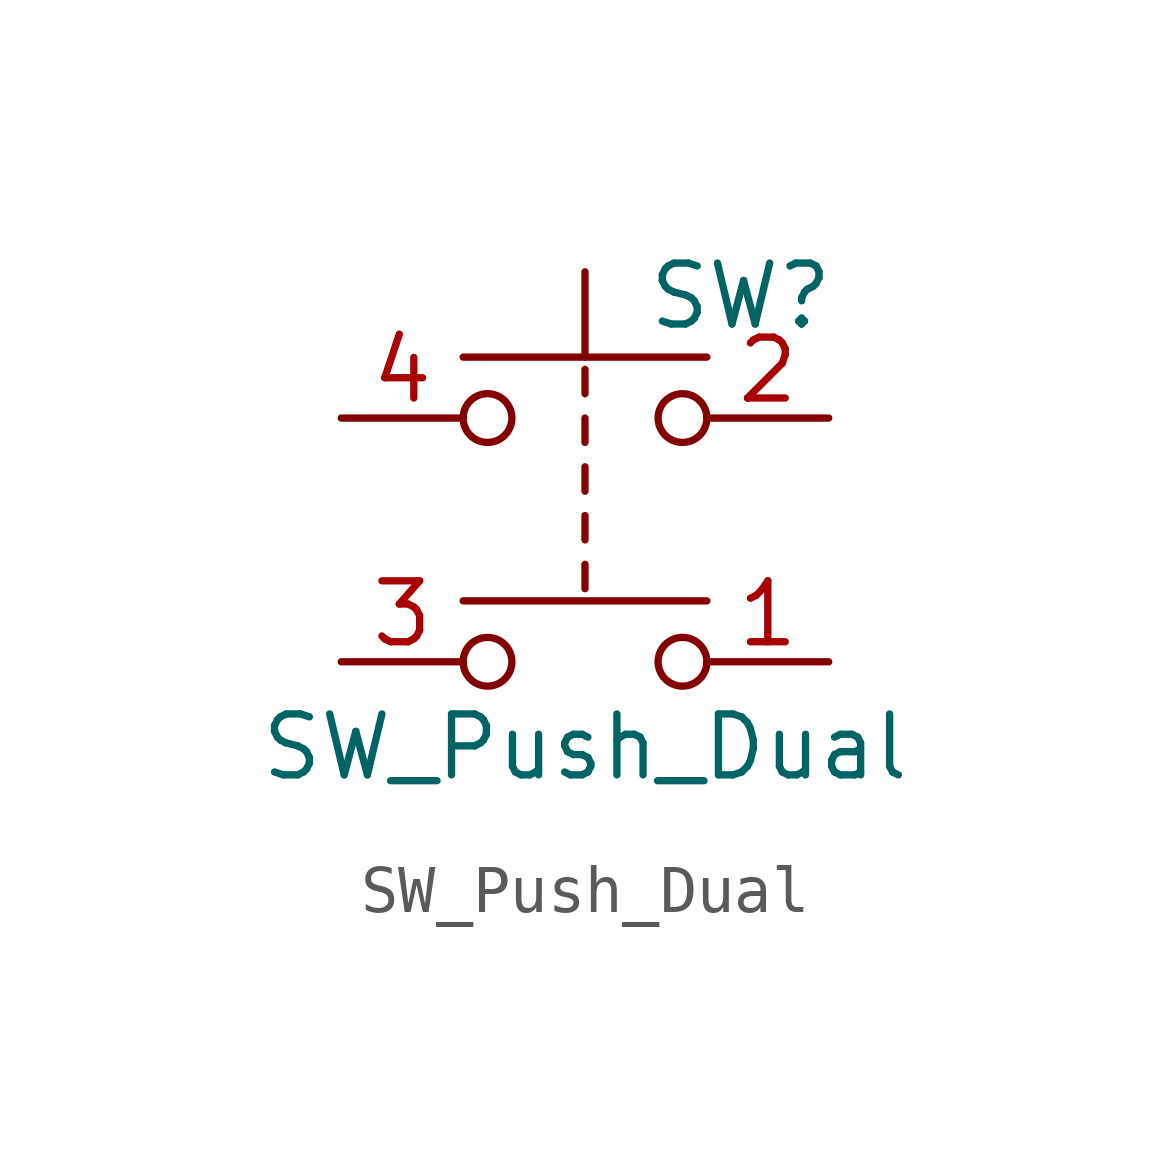
<source format=kicad_sym>
(kicad_symbol_lib
  (version 20201005)
  (generator kicad_symbol_editor)
  (symbol "SW_Push_Dual"
    (pin_names
      (offset 1.016) hide)
    (property "Reference" "SW"
      (at 1.27 2.54 0)
      (effects (font (size 1.27 1.27)) (justify left)))
    (property "Value" "SW_Push_Dual"
      (at 0 -6.858 0)
      (effects (font (size 1.27 1.27))))
    (symbol "SW_Push_Dual_0_1"
      (circle (center -2.032 -5.08) (radius 0.508) (stroke (width 0)) (fill (type none)))
      (circle (center -2.032 0) (radius 0.508) (stroke (width 0)) (fill (type none)))
      (circle (center 2.032 -5.08) (radius 0.508) (stroke (width 0)) (fill (type none)))
      (circle (center 2.032 0) (radius 0.508) (stroke (width 0)) (fill (type none)))
      (polyline (pts (xy 0 -3.048) (xy 0 -3.556)) (stroke (width 0)) (fill (type none)))
      (polyline (pts (xy 0 -2.032) (xy 0 -2.54)) (stroke (width 0)) (fill (type none)))
      (polyline (pts (xy 0 -1.524) (xy 0 -1.016)) (stroke (width 0)) (fill (type none)))
      (polyline (pts (xy 0 -0.508) (xy 0 0)) (stroke (width 0)) (fill (type none)))
      (polyline (pts (xy 0 0.508) (xy 0 1.016)) (stroke (width 0)) (fill (type none)))
      (polyline (pts (xy 0 1.27) (xy 0 3.048)) (stroke (width 0)) (fill (type none)))
      (polyline (pts (xy 2.54 -3.81) (xy -2.54 -3.81)) (stroke (width 0)) (fill (type none)))
      (polyline (pts (xy 2.54 1.27) (xy -2.54 1.27)) (stroke (width 0)) (fill (type none)))
      (pin passive line (at 5.08 -5.08 180) (length 2.54) (name "1" (effects (font (size 1.27 1.27)))) (number "1" (effects (font (size 1.27 1.27)))))
      (pin passive line (at 5.08 0 180) (length 2.54) (name "2" (effects (font (size 1.27 1.27)))) (number "2" (effects (font (size 1.27 1.27)))))
      (pin passive line (at -5.08 -5.08 0) (length 2.54) (name "3" (effects (font (size 1.27 1.27)))) (number "3" (effects (font (size 1.27 1.27)))))
      (pin passive line (at -5.08 0 0) (length 2.54) (name "4" (effects (font (size 1.27 1.27)))) (number "4" (effects (font (size 1.27 1.27))))))))
</source>
